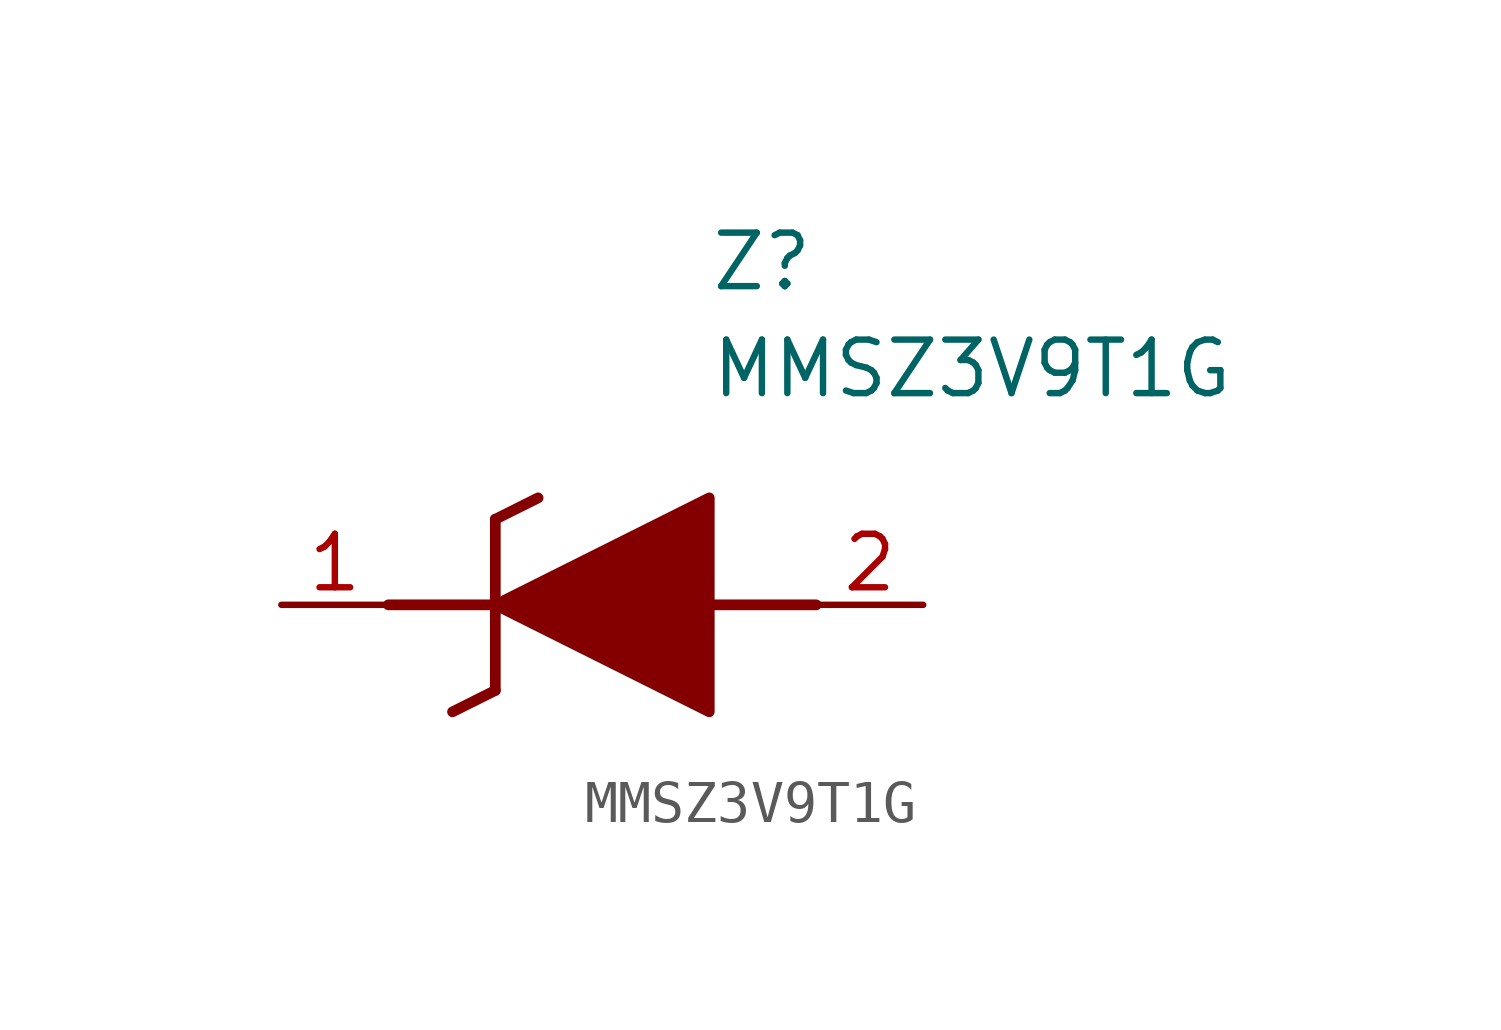
<source format=kicad_sym>
(kicad_symbol_lib
  (version 20211014)
  (generator SamacSys_ECAD_Model)
  (symbol "MMSZ3V9T1G"
    (pin_names hide)
    (property "Reference" "Z"
      (at 10.16 8.89 0)
      (effects (font (size 1.27 1.27)) (justify left top)))
    (property "Value" "MMSZ3V9T1G"
      (at 10.16 6.35 0)
      (effects (font (size 1.27 1.27)) (justify left top)))
    (polyline
      (pts (xy 5.08 2.032) (xy 5.08 -2.032))
      (stroke (width 0.254) (type default))
      (fill (type none)))
    (polyline
      (pts (xy 5.08 2.032) (xy 6.096 2.54))
      (stroke (width 0.254) (type default))
      (fill (type none)))
    (polyline
      (pts (xy 4.064 -2.54) (xy 5.08 -2.032))
      (stroke (width 0.254) (type default))
      (fill (type none)))
    (polyline
      (pts (xy 2.54 0) (xy 5.08 0))
      (stroke (width 0.254) (type default))
      (fill (type none)))
    (polyline
      (pts (xy 12.7 0) (xy 10.16 0))
      (stroke (width 0.254) (type default))
      (fill (type none)))
    (polyline
      (pts (xy 5.08 0) (xy 10.16 2.54) (xy 10.16 -2.54) (xy 5.08 0))
      (stroke (width 0.254) (type default))
      (fill (type outline)))
    (pin passive line
      (at 0 0 0)
      (length 2.54)
      (name "K" (effects (font (size 1.27 1.27))))
      (number "1" (effects (font (size 1.27 1.27)))))
    (pin passive line
      (at 15.24 0 180)
      (length 2.54)
      (name "A" (effects (font (size 1.27 1.27))))
      (number "2" (effects (font (size 1.27 1.27)))))))
</source>
